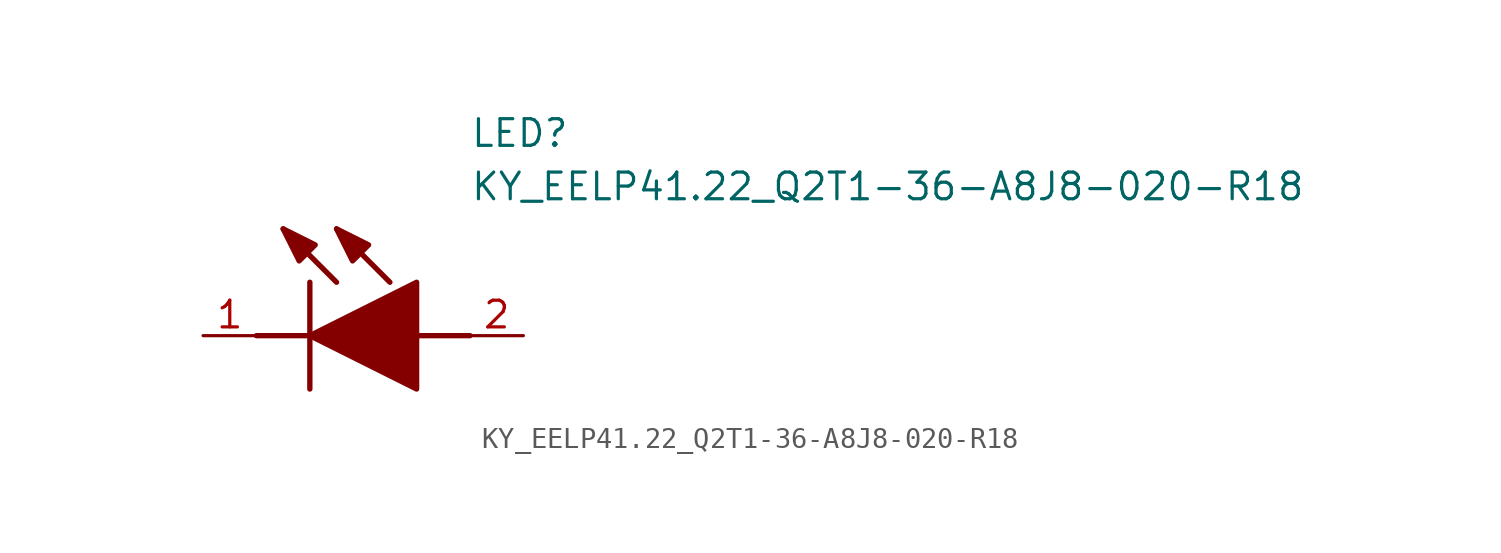
<source format=kicad_sym>
(kicad_symbol_lib
  (version 20211014)
  (generator SamacSys_ECAD_Model)
  (symbol "KY_EELP41.22_Q2T1-36-A8J8-020-R18"
    (pin_names hide)
    (property "Reference" "LED"
      (at 12.7 8.89 0)
      (effects (font (size 1.27 1.27)) (justify left bottom)))
    (property "Value" "KY_EELP41.22_Q2T1-36-A8J8-020-R18"
      (at 12.7 6.35 0)
      (effects (font (size 1.27 1.27)) (justify left bottom)))
    (polyline
      (pts (xy 5.08 2.54) (xy 5.08 -2.54))
      (stroke (width 0.254) (type default))
      (fill (type none)))
    (polyline
      (pts (xy 6.35 2.54) (xy 3.81 5.08))
      (stroke (width 0.254) (type default))
      (fill (type none)))
    (polyline
      (pts (xy 8.89 2.54) (xy 6.35 5.08))
      (stroke (width 0.254) (type default))
      (fill (type none)))
    (polyline
      (pts (xy 2.54 0) (xy 5.08 0))
      (stroke (width 0.254) (type default))
      (fill (type none)))
    (polyline
      (pts (xy 10.16 0) (xy 12.7 0))
      (stroke (width 0.254) (type default))
      (fill (type none)))
    (polyline
      (pts (xy 5.08 0) (xy 10.16 2.54) (xy 10.16 -2.54) (xy 5.08 0))
      (stroke (width 0.254) (type default))
      (fill (type outline)))
    (polyline
      (pts (xy 5.334 4.318) (xy 4.572 3.556) (xy 3.81 5.08) (xy 5.334 4.318))
      (stroke (width 0.254) (type default))
      (fill (type outline)))
    (polyline
      (pts (xy 7.874 4.318) (xy 7.112 3.556) (xy 6.35 5.08) (xy 7.874 4.318))
      (stroke (width 0.254) (type default))
      (fill (type outline)))
    (pin passive line
      (at 0 0 0)
      (length 2.54)
      (name "K" (effects (font (size 1.27 1.27))))
      (number "1" (effects (font (size 1.27 1.27)))))
    (pin passive line
      (at 15.24 0 180)
      (length 2.54)
      (name "A" (effects (font (size 1.27 1.27))))
      (number "2" (effects (font (size 1.27 1.27)))))))
</source>
